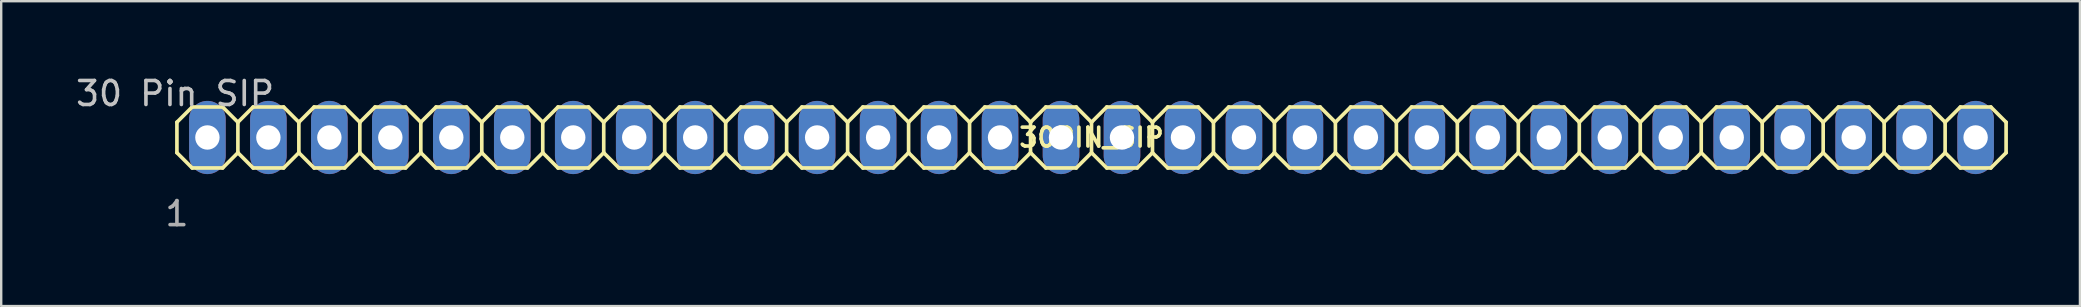
<source format=kicad_pcb>
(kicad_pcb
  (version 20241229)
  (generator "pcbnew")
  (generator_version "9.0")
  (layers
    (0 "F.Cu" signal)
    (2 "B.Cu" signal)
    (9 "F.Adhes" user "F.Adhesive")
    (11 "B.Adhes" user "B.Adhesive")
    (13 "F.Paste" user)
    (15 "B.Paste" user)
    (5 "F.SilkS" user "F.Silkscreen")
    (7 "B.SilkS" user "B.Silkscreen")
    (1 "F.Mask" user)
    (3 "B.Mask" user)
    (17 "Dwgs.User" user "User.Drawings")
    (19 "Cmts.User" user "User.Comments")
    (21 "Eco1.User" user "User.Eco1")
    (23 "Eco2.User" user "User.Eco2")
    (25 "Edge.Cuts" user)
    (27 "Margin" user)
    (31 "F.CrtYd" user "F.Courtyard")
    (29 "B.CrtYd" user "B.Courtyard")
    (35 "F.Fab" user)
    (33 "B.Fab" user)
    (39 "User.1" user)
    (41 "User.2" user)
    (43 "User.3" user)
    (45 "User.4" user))
  (footprint "30PIN_SIP"
    (layer "F.Cu")
    (at 42.42 2.677)
    (property "Reference" "30PIN_SIP" (at 0 0 0) (layer "F.SilkS") (effects (font (size 0.787 0.787) (thickness 0.15))))
    (attr through_hole)
    (fp_line (start -38.1 -0.635) (end -38.1 0.635) (stroke (width 0.152) (type solid)) (layer "F.SilkS"))
    (fp_line (start -38.1 0.635) (end -37.465 1.27) (stroke (width 0.152) (type solid)) (layer "F.SilkS"))
    (fp_line (start -37.465 -1.27) (end -38.1 -0.635) (stroke (width 0.152) (type solid)) (layer "F.SilkS"))
    (fp_line (start -37.465 -1.27) (end -36.195 -1.27) (stroke (width 0.152) (type solid)) (layer "F.SilkS"))
    (fp_line (start -36.195 -1.27) (end -35.56 -0.635) (stroke (width 0.152) (type solid)) (layer "F.SilkS"))
    (fp_line (start -36.195 1.27) (end -37.465 1.27) (stroke (width 0.152) (type solid)) (layer "F.SilkS"))
    (fp_line (start -35.56 -0.635) (end -35.56 0.635) (stroke (width 0.152) (type solid)) (layer "F.SilkS"))
    (fp_line (start -35.56 -0.635) (end -34.925 -1.27) (stroke (width 0.152) (type solid)) (layer "F.SilkS"))
    (fp_line (start -35.56 0.635) (end -36.195 1.27) (stroke (width 0.152) (type solid)) (layer "F.SilkS"))
    (fp_line (start -34.925 -1.27) (end -33.655 -1.27) (stroke (width 0.152) (type solid)) (layer "F.SilkS"))
    (fp_line (start -34.925 1.27) (end -35.56 0.635) (stroke (width 0.152) (type solid)) (layer "F.SilkS"))
    (fp_line (start -33.655 -1.27) (end -33.02 -0.635) (stroke (width 0.152) (type solid)) (layer "F.SilkS"))
    (fp_line (start -33.655 1.27) (end -34.925 1.27) (stroke (width 0.152) (type solid)) (layer "F.SilkS"))
    (fp_line (start -33.02 -0.635) (end -33.02 0.635) (stroke (width 0.152) (type solid)) (layer "F.SilkS"))
    (fp_line (start -33.02 -0.635) (end -32.385 -1.27) (stroke (width 0.152) (type solid)) (layer "F.SilkS"))
    (fp_line (start -33.02 0.635) (end -33.655 1.27) (stroke (width 0.152) (type solid)) (layer "F.SilkS"))
    (fp_line (start -32.385 -1.27) (end -31.115 -1.27) (stroke (width 0.152) (type solid)) (layer "F.SilkS"))
    (fp_line (start -32.385 1.27) (end -33.02 0.635) (stroke (width 0.152) (type solid)) (layer "F.SilkS"))
    (fp_line (start -31.115 -1.27) (end -30.48 -0.635) (stroke (width 0.152) (type solid)) (layer "F.SilkS"))
    (fp_line (start -31.115 1.27) (end -32.385 1.27) (stroke (width 0.152) (type solid)) (layer "F.SilkS"))
    (fp_line (start -30.48 -0.635) (end -30.48 0.635) (stroke (width 0.152) (type solid)) (layer "F.SilkS"))
    (fp_line (start -30.48 0.635) (end -31.115 1.27) (stroke (width 0.152) (type solid)) (layer "F.SilkS"))
    (fp_line (start -30.48 0.635) (end -29.845 1.27) (stroke (width 0.152) (type solid)) (layer "F.SilkS"))
    (fp_line (start -29.845 -1.27) (end -30.48 -0.635) (stroke (width 0.152) (type solid)) (layer "F.SilkS"))
    (fp_line (start -29.845 -1.27) (end -28.575 -1.27) (stroke (width 0.152) (type solid)) (layer "F.SilkS"))
    (fp_line (start -28.575 -1.27) (end -27.94 -0.635) (stroke (width 0.152) (type solid)) (layer "F.SilkS"))
    (fp_line (start -28.575 1.27) (end -29.845 1.27) (stroke (width 0.152) (type solid)) (layer "F.SilkS"))
    (fp_line (start -27.94 -0.635) (end -27.94 0.635) (stroke (width 0.152) (type solid)) (layer "F.SilkS"))
    (fp_line (start -27.94 -0.635) (end -27.305 -1.27) (stroke (width 0.152) (type solid)) (layer "F.SilkS"))
    (fp_line (start -27.94 0.635) (end -28.575 1.27) (stroke (width 0.152) (type solid)) (layer "F.SilkS"))
    (fp_line (start -27.305 -1.27) (end -26.035 -1.27) (stroke (width 0.152) (type solid)) (layer "F.SilkS"))
    (fp_line (start -27.305 1.27) (end -27.94 0.635) (stroke (width 0.152) (type solid)) (layer "F.SilkS"))
    (fp_line (start -26.035 -1.27) (end -25.4 -0.635) (stroke (width 0.152) (type solid)) (layer "F.SilkS"))
    (fp_line (start -26.035 1.27) (end -27.305 1.27) (stroke (width 0.152) (type solid)) (layer "F.SilkS"))
    (fp_line (start -25.4 -0.635) (end -25.4 0.635) (stroke (width 0.152) (type solid)) (layer "F.SilkS"))
    (fp_line (start -25.4 -0.635) (end -24.765 -1.27) (stroke (width 0.152) (type solid)) (layer "F.SilkS"))
    (fp_line (start -25.4 0.635) (end -26.035 1.27) (stroke (width 0.152) (type solid)) (layer "F.SilkS"))
    (fp_line (start -24.765 -1.27) (end -23.495 -1.27) (stroke (width 0.152) (type solid)) (layer "F.SilkS"))
    (fp_line (start -24.765 1.27) (end -25.4 0.635) (stroke (width 0.152) (type solid)) (layer "F.SilkS"))
    (fp_line (start -23.495 -1.27) (end -22.86 -0.635) (stroke (width 0.152) (type solid)) (layer "F.SilkS"))
    (fp_line (start -23.495 1.27) (end -24.765 1.27) (stroke (width 0.152) (type solid)) (layer "F.SilkS"))
    (fp_line (start -22.86 -0.635) (end -22.86 0.635) (stroke (width 0.152) (type solid)) (layer "F.SilkS"))
    (fp_line (start -22.86 0.635) (end -23.495 1.27) (stroke (width 0.152) (type solid)) (layer "F.SilkS"))
    (fp_line (start -22.86 0.635) (end -22.225 1.27) (stroke (width 0.152) (type solid)) (layer "F.SilkS"))
    (fp_line (start -22.225 -1.27) (end -22.86 -0.635) (stroke (width 0.152) (type solid)) (layer "F.SilkS"))
    (fp_line (start -22.225 -1.27) (end -20.955 -1.27) (stroke (width 0.152) (type solid)) (layer "F.SilkS"))
    (fp_line (start -20.955 -1.27) (end -20.32 -0.635) (stroke (width 0.152) (type solid)) (layer "F.SilkS"))
    (fp_line (start -20.955 1.27) (end -22.225 1.27) (stroke (width 0.152) (type solid)) (layer "F.SilkS"))
    (fp_line (start -20.32 -0.635) (end -20.32 0.635) (stroke (width 0.152) (type solid)) (layer "F.SilkS"))
    (fp_line (start -20.32 -0.635) (end -19.685 -1.27) (stroke (width 0.152) (type solid)) (layer "F.SilkS"))
    (fp_line (start -20.32 0.635) (end -20.955 1.27) (stroke (width 0.152) (type solid)) (layer "F.SilkS"))
    (fp_line (start -19.685 -1.27) (end -18.415 -1.27) (stroke (width 0.152) (type solid)) (layer "F.SilkS"))
    (fp_line (start -19.685 1.27) (end -20.32 0.635) (stroke (width 0.152) (type solid)) (layer "F.SilkS"))
    (fp_line (start -18.415 -1.27) (end -17.78 -0.635) (stroke (width 0.152) (type solid)) (layer "F.SilkS"))
    (fp_line (start -18.415 1.27) (end -19.685 1.27) (stroke (width 0.152) (type solid)) (layer "F.SilkS"))
    (fp_line (start -17.78 -0.635) (end -17.78 0.635) (stroke (width 0.152) (type solid)) (layer "F.SilkS"))
    (fp_line (start -17.78 -0.635) (end -17.145 -1.27) (stroke (width 0.152) (type solid)) (layer "F.SilkS"))
    (fp_line (start -17.78 0.635) (end -18.415 1.27) (stroke (width 0.152) (type solid)) (layer "F.SilkS"))
    (fp_line (start -17.145 -1.27) (end -15.875 -1.27) (stroke (width 0.152) (type solid)) (layer "F.SilkS"))
    (fp_line (start -17.145 1.27) (end -17.78 0.635) (stroke (width 0.152) (type solid)) (layer "F.SilkS"))
    (fp_line (start -15.875 -1.27) (end -15.24 -0.635) (stroke (width 0.152) (type solid)) (layer "F.SilkS"))
    (fp_line (start -15.875 1.27) (end -17.145 1.27) (stroke (width 0.152) (type solid)) (layer "F.SilkS"))
    (fp_line (start -15.24 -0.635) (end -15.24 0.635) (stroke (width 0.152) (type solid)) (layer "F.SilkS"))
    (fp_line (start -15.24 0.635) (end -15.875 1.27) (stroke (width 0.152) (type solid)) (layer "F.SilkS"))
    (fp_line (start -15.24 0.635) (end -14.605 1.27) (stroke (width 0.152) (type solid)) (layer "F.SilkS"))
    (fp_line (start -14.605 -1.27) (end -15.24 -0.635) (stroke (width 0.152) (type solid)) (layer "F.SilkS"))
    (fp_line (start -14.605 -1.27) (end -13.335 -1.27) (stroke (width 0.152) (type solid)) (layer "F.SilkS"))
    (fp_line (start -13.335 -1.27) (end -12.7 -0.635) (stroke (width 0.152) (type solid)) (layer "F.SilkS"))
    (fp_line (start -13.335 1.27) (end -14.605 1.27) (stroke (width 0.152) (type solid)) (layer "F.SilkS"))
    (fp_line (start -12.7 -0.635) (end -12.7 0.635) (stroke (width 0.152) (type solid)) (layer "F.SilkS"))
    (fp_line (start -12.7 -0.635) (end -12.065 -1.27) (stroke (width 0.152) (type solid)) (layer "F.SilkS"))
    (fp_line (start -12.7 0.635) (end -13.335 1.27) (stroke (width 0.152) (type solid)) (layer "F.SilkS"))
    (fp_line (start -12.065 -1.27) (end -10.795 -1.27) (stroke (width 0.152) (type solid)) (layer "F.SilkS"))
    (fp_line (start -12.065 1.27) (end -12.7 0.635) (stroke (width 0.152) (type solid)) (layer "F.SilkS"))
    (fp_line (start -10.795 -1.27) (end -10.16 -0.635) (stroke (width 0.152) (type solid)) (layer "F.SilkS"))
    (fp_line (start -10.795 1.27) (end -12.065 1.27) (stroke (width 0.152) (type solid)) (layer "F.SilkS"))
    (fp_line (start -10.16 -0.635) (end -10.16 0.635) (stroke (width 0.152) (type solid)) (layer "F.SilkS"))
    (fp_line (start -10.16 -0.635) (end -9.525 -1.27) (stroke (width 0.152) (type solid)) (layer "F.SilkS"))
    (fp_line (start -10.16 0.635) (end -10.795 1.27) (stroke (width 0.152) (type solid)) (layer "F.SilkS"))
    (fp_line (start -9.525 -1.27) (end -8.255 -1.27) (stroke (width 0.152) (type solid)) (layer "F.SilkS"))
    (fp_line (start -9.525 1.27) (end -10.16 0.635) (stroke (width 0.152) (type solid)) (layer "F.SilkS"))
    (fp_line (start -8.255 -1.27) (end -7.62 -0.635) (stroke (width 0.152) (type solid)) (layer "F.SilkS"))
    (fp_line (start -8.255 1.27) (end -9.525 1.27) (stroke (width 0.152) (type solid)) (layer "F.SilkS"))
    (fp_line (start -7.62 -0.635) (end -7.62 0.635) (stroke (width 0.152) (type solid)) (layer "F.SilkS"))
    (fp_line (start -7.62 0.635) (end -8.255 1.27) (stroke (width 0.152) (type solid)) (layer "F.SilkS"))
    (fp_line (start -7.62 0.635) (end -6.985 1.27) (stroke (width 0.152) (type solid)) (layer "F.SilkS"))
    (fp_line (start -6.985 -1.27) (end -7.62 -0.635) (stroke (width 0.152) (type solid)) (layer "F.SilkS"))
    (fp_line (start -6.985 -1.27) (end -5.715 -1.27) (stroke (width 0.152) (type solid)) (layer "F.SilkS"))
    (fp_line (start -5.715 -1.27) (end -5.08 -0.635) (stroke (width 0.152) (type solid)) (layer "F.SilkS"))
    (fp_line (start -5.715 1.27) (end -6.985 1.27) (stroke (width 0.152) (type solid)) (layer "F.SilkS"))
    (fp_line (start -5.08 -0.635) (end -5.08 0.635) (stroke (width 0.152) (type solid)) (layer "F.SilkS"))
    (fp_line (start -5.08 -0.635) (end -4.445 -1.27) (stroke (width 0.152) (type solid)) (layer "F.SilkS"))
    (fp_line (start -5.08 0.635) (end -5.715 1.27) (stroke (width 0.152) (type solid)) (layer "F.SilkS"))
    (fp_line (start -4.445 -1.27) (end -3.175 -1.27) (stroke (width 0.152) (type solid)) (layer "F.SilkS"))
    (fp_line (start -4.445 1.27) (end -5.08 0.635) (stroke (width 0.152) (type solid)) (layer "F.SilkS"))
    (fp_line (start -3.175 -1.27) (end -2.54 -0.635) (stroke (width 0.152) (type solid)) (layer "F.SilkS"))
    (fp_line (start -3.175 1.27) (end -4.445 1.27) (stroke (width 0.152) (type solid)) (layer "F.SilkS"))
    (fp_line (start -2.54 -0.635) (end -2.54 0.635) (stroke (width 0.152) (type solid)) (layer "F.SilkS"))
    (fp_line (start -2.54 -0.635) (end -1.905 -1.27) (stroke (width 0.152) (type solid)) (layer "F.SilkS"))
    (fp_line (start -2.54 0.635) (end -3.175 1.27) (stroke (width 0.152) (type solid)) (layer "F.SilkS"))
    (fp_line (start -1.905 -1.27) (end -0.635 -1.27) (stroke (width 0.152) (type solid)) (layer "F.SilkS"))
    (fp_line (start -1.905 1.27) (end -2.54 0.635) (stroke (width 0.152) (type solid)) (layer "F.SilkS"))
    (fp_line (start -0.635 -1.27) (end 0 -0.635) (stroke (width 0.152) (type solid)) (layer "F.SilkS"))
    (fp_line (start -0.635 1.27) (end -1.905 1.27) (stroke (width 0.152) (type solid)) (layer "F.SilkS"))
    (fp_line (start 0 -0.635) (end 0 0.635) (stroke (width 0.152) (type solid)) (layer "F.SilkS"))
    (fp_line (start 0 0.635) (end -0.635 1.27) (stroke (width 0.152) (type solid)) (layer "F.SilkS"))
    (fp_line (start 0 0.635) (end 0.635 1.27) (stroke (width 0.152) (type solid)) (layer "F.SilkS"))
    (fp_line (start 0.635 -1.27) (end 0 -0.635) (stroke (width 0.152) (type solid)) (layer "F.SilkS"))
    (fp_line (start 0.635 -1.27) (end 1.905 -1.27) (stroke (width 0.152) (type solid)) (layer "F.SilkS"))
    (fp_line (start 1.905 -1.27) (end 2.54 -0.635) (stroke (width 0.152) (type solid)) (layer "F.SilkS"))
    (fp_line (start 1.905 1.27) (end 0.635 1.27) (stroke (width 0.152) (type solid)) (layer "F.SilkS"))
    (fp_line (start 2.54 -0.635) (end 2.54 0.635) (stroke (width 0.152) (type solid)) (layer "F.SilkS"))
    (fp_line (start 2.54 -0.635) (end 3.175 -1.27) (stroke (width 0.152) (type solid)) (layer "F.SilkS"))
    (fp_line (start 2.54 0.635) (end 1.905 1.27) (stroke (width 0.152) (type solid)) (layer "F.SilkS"))
    (fp_line (start 3.175 -1.27) (end 4.445 -1.27) (stroke (width 0.152) (type solid)) (layer "F.SilkS"))
    (fp_line (start 3.175 1.27) (end 2.54 0.635) (stroke (width 0.152) (type solid)) (layer "F.SilkS"))
    (fp_line (start 4.445 -1.27) (end 5.08 -0.635) (stroke (width 0.152) (type solid)) (layer "F.SilkS"))
    (fp_line (start 4.445 1.27) (end 3.175 1.27) (stroke (width 0.152) (type solid)) (layer "F.SilkS"))
    (fp_line (start 5.08 -0.635) (end 5.08 0.635) (stroke (width 0.152) (type solid)) (layer "F.SilkS"))
    (fp_line (start 5.08 -0.635) (end 5.715 -1.27) (stroke (width 0.152) (type solid)) (layer "F.SilkS"))
    (fp_line (start 5.08 0.635) (end 4.445 1.27) (stroke (width 0.152) (type solid)) (layer "F.SilkS"))
    (fp_line (start 5.715 -1.27) (end 6.985 -1.27) (stroke (width 0.152) (type solid)) (layer "F.SilkS"))
    (fp_line (start 5.715 1.27) (end 5.08 0.635) (stroke (width 0.152) (type solid)) (layer "F.SilkS"))
    (fp_line (start 6.985 -1.27) (end 7.62 -0.635) (stroke (width 0.152) (type solid)) (layer "F.SilkS"))
    (fp_line (start 6.985 1.27) (end 5.715 1.27) (stroke (width 0.152) (type solid)) (layer "F.SilkS"))
    (fp_line (start 7.62 -0.635) (end 7.62 0.635) (stroke (width 0.152) (type solid)) (layer "F.SilkS"))
    (fp_line (start 7.62 0.635) (end 6.985 1.27) (stroke (width 0.152) (type solid)) (layer "F.SilkS"))
    (fp_line (start 7.62 0.635) (end 8.255 1.27) (stroke (width 0.152) (type solid)) (layer "F.SilkS"))
    (fp_line (start 8.255 -1.27) (end 7.62 -0.635) (stroke (width 0.152) (type solid)) (layer "F.SilkS"))
    (fp_line (start 8.255 -1.27) (end 9.525 -1.27) (stroke (width 0.152) (type solid)) (layer "F.SilkS"))
    (fp_line (start 9.525 -1.27) (end 10.16 -0.635) (stroke (width 0.152) (type solid)) (layer "F.SilkS"))
    (fp_line (start 9.525 1.27) (end 8.255 1.27) (stroke (width 0.152) (type solid)) (layer "F.SilkS"))
    (fp_line (start 10.16 -0.635) (end 10.16 0.635) (stroke (width 0.152) (type solid)) (layer "F.SilkS"))
    (fp_line (start 10.16 0.635) (end 9.525 1.27) (stroke (width 0.152) (type solid)) (layer "F.SilkS"))
    (fp_line (start 10.16 0.635) (end 10.795 1.27) (stroke (width 0.152) (type solid)) (layer "F.SilkS"))
    (fp_line (start 10.795 -1.27) (end 10.16 -0.635) (stroke (width 0.152) (type solid)) (layer "F.SilkS"))
    (fp_line (start 10.795 -1.27) (end 12.065 -1.27) (stroke (width 0.152) (type solid)) (layer "F.SilkS"))
    (fp_line (start 12.065 -1.27) (end 12.7 -0.635) (stroke (width 0.152) (type solid)) (layer "F.SilkS"))
    (fp_line (start 12.065 1.27) (end 10.795 1.27) (stroke (width 0.152) (type solid)) (layer "F.SilkS"))
    (fp_line (start 12.7 -0.635) (end 12.7 0.635) (stroke (width 0.152) (type solid)) (layer "F.SilkS"))
    (fp_line (start 12.7 0.635) (end 12.065 1.27) (stroke (width 0.152) (type solid)) (layer "F.SilkS"))
    (fp_line (start 12.7 0.635) (end 13.335 1.27) (stroke (width 0.152) (type solid)) (layer "F.SilkS"))
    (fp_line (start 13.335 -1.27) (end 12.7 -0.635) (stroke (width 0.152) (type solid)) (layer "F.SilkS"))
    (fp_line (start 13.335 -1.27) (end 14.605 -1.27) (stroke (width 0.152) (type solid)) (layer "F.SilkS"))
    (fp_line (start 14.605 -1.27) (end 15.24 -0.635) (stroke (width 0.152) (type solid)) (layer "F.SilkS"))
    (fp_line (start 14.605 1.27) (end 13.335 1.27) (stroke (width 0.152) (type solid)) (layer "F.SilkS"))
    (fp_line (start 15.24 -0.635) (end 15.24 0.635) (stroke (width 0.152) (type solid)) (layer "F.SilkS"))
    (fp_line (start 15.24 0.635) (end 14.605 1.27) (stroke (width 0.152) (type solid)) (layer "F.SilkS"))
    (fp_line (start 15.24 0.635) (end 15.875 1.27) (stroke (width 0.152) (type solid)) (layer "F.SilkS"))
    (fp_line (start 15.875 -1.27) (end 15.24 -0.635) (stroke (width 0.152) (type solid)) (layer "F.SilkS"))
    (fp_line (start 15.875 -1.27) (end 17.145 -1.27) (stroke (width 0.152) (type solid)) (layer "F.SilkS"))
    (fp_line (start 17.145 -1.27) (end 17.78 -0.635) (stroke (width 0.152) (type solid)) (layer "F.SilkS"))
    (fp_line (start 17.145 1.27) (end 15.875 1.27) (stroke (width 0.152) (type solid)) (layer "F.SilkS"))
    (fp_line (start 17.78 -0.635) (end 17.78 0.635) (stroke (width 0.152) (type solid)) (layer "F.SilkS"))
    (fp_line (start 17.78 0.635) (end 17.145 1.27) (stroke (width 0.152) (type solid)) (layer "F.SilkS"))
    (fp_line (start 17.78 0.635) (end 18.415 1.27) (stroke (width 0.152) (type solid)) (layer "F.SilkS"))
    (fp_line (start 18.415 -1.27) (end 17.78 -0.635) (stroke (width 0.152) (type solid)) (layer "F.SilkS"))
    (fp_line (start 18.415 -1.27) (end 19.685 -1.27) (stroke (width 0.152) (type solid)) (layer "F.SilkS"))
    (fp_line (start 19.685 -1.27) (end 20.32 -0.635) (stroke (width 0.152) (type solid)) (layer "F.SilkS"))
    (fp_line (start 19.685 1.27) (end 18.415 1.27) (stroke (width 0.152) (type solid)) (layer "F.SilkS"))
    (fp_line (start 20.32 -0.635) (end 20.32 0.635) (stroke (width 0.152) (type solid)) (layer "F.SilkS"))
    (fp_line (start 20.32 0.635) (end 19.685 1.27) (stroke (width 0.152) (type solid)) (layer "F.SilkS"))
    (fp_line (start 20.32 0.635) (end 20.955 1.27) (stroke (width 0.152) (type solid)) (layer "F.SilkS"))
    (fp_line (start 20.955 -1.27) (end 20.32 -0.635) (stroke (width 0.152) (type solid)) (layer "F.SilkS"))
    (fp_line (start 20.955 -1.27) (end 22.225 -1.27) (stroke (width 0.152) (type solid)) (layer "F.SilkS"))
    (fp_line (start 22.225 -1.27) (end 22.86 -0.635) (stroke (width 0.152) (type solid)) (layer "F.SilkS"))
    (fp_line (start 22.225 1.27) (end 20.955 1.27) (stroke (width 0.152) (type solid)) (layer "F.SilkS"))
    (fp_line (start 22.86 -0.635) (end 22.86 0.635) (stroke (width 0.152) (type solid)) (layer "F.SilkS"))
    (fp_line (start 22.86 0.635) (end 22.225 1.27) (stroke (width 0.152) (type solid)) (layer "F.SilkS"))
    (fp_line (start 22.86 0.635) (end 23.495 1.27) (stroke (width 0.152) (type solid)) (layer "F.SilkS"))
    (fp_line (start 23.495 -1.27) (end 22.86 -0.635) (stroke (width 0.152) (type solid)) (layer "F.SilkS"))
    (fp_line (start 23.495 -1.27) (end 24.765 -1.27) (stroke (width 0.152) (type solid)) (layer "F.SilkS"))
    (fp_line (start 24.765 -1.27) (end 25.4 -0.635) (stroke (width 0.152) (type solid)) (layer "F.SilkS"))
    (fp_line (start 24.765 1.27) (end 23.495 1.27) (stroke (width 0.152) (type solid)) (layer "F.SilkS"))
    (fp_line (start 25.4 -0.635) (end 25.4 0.635) (stroke (width 0.152) (type solid)) (layer "F.SilkS"))
    (fp_line (start 25.4 0.635) (end 24.765 1.27) (stroke (width 0.152) (type solid)) (layer "F.SilkS"))
    (fp_line (start 25.4 0.635) (end 26.035 1.27) (stroke (width 0.152) (type solid)) (layer "F.SilkS"))
    (fp_line (start 26.035 -1.27) (end 25.4 -0.635) (stroke (width 0.152) (type solid)) (layer "F.SilkS"))
    (fp_line (start 26.035 -1.27) (end 27.305 -1.27) (stroke (width 0.152) (type solid)) (layer "F.SilkS"))
    (fp_line (start 27.305 -1.27) (end 27.94 -0.635) (stroke (width 0.152) (type solid)) (layer "F.SilkS"))
    (fp_line (start 27.305 1.27) (end 26.035 1.27) (stroke (width 0.152) (type solid)) (layer "F.SilkS"))
    (fp_line (start 27.94 -0.635) (end 27.94 0.635) (stroke (width 0.152) (type solid)) (layer "F.SilkS"))
    (fp_line (start 27.94 0.635) (end 27.305 1.27) (stroke (width 0.152) (type solid)) (layer "F.SilkS"))
    (fp_line (start 27.94 0.635) (end 28.575 1.27) (stroke (width 0.152) (type solid)) (layer "F.SilkS"))
    (fp_line (start 28.575 -1.27) (end 27.94 -0.635) (stroke (width 0.152) (type solid)) (layer "F.SilkS"))
    (fp_line (start 28.575 -1.27) (end 29.845 -1.27) (stroke (width 0.152) (type solid)) (layer "F.SilkS"))
    (fp_line (start 29.845 -1.27) (end 30.48 -0.635) (stroke (width 0.152) (type solid)) (layer "F.SilkS"))
    (fp_line (start 29.845 1.27) (end 28.575 1.27) (stroke (width 0.152) (type solid)) (layer "F.SilkS"))
    (fp_line (start 30.48 -0.635) (end 30.48 0.635) (stroke (width 0.152) (type solid)) (layer "F.SilkS"))
    (fp_line (start 30.48 0.635) (end 29.845 1.27) (stroke (width 0.152) (type solid)) (layer "F.SilkS"))
    (fp_line (start 30.48 0.635) (end 31.115 1.27) (stroke (width 0.152) (type solid)) (layer "F.SilkS"))
    (fp_line (start 31.115 -1.27) (end 30.48 -0.635) (stroke (width 0.152) (type solid)) (layer "F.SilkS"))
    (fp_line (start 31.115 -1.27) (end 32.385 -1.27) (stroke (width 0.152) (type solid)) (layer "F.SilkS"))
    (fp_line (start 32.385 -1.27) (end 33.02 -0.635) (stroke (width 0.152) (type solid)) (layer "F.SilkS"))
    (fp_line (start 32.385 1.27) (end 31.115 1.27) (stroke (width 0.152) (type solid)) (layer "F.SilkS"))
    (fp_line (start 33.02 -0.635) (end 33.02 0.635) (stroke (width 0.152) (type solid)) (layer "F.SilkS"))
    (fp_line (start 33.02 0.635) (end 32.385 1.27) (stroke (width 0.152) (type solid)) (layer "F.SilkS"))
    (fp_line (start 33.02 0.635) (end 33.655 1.27) (stroke (width 0.152) (type solid)) (layer "F.SilkS"))
    (fp_line (start 33.655 -1.27) (end 33.02 -0.635) (stroke (width 0.152) (type solid)) (layer "F.SilkS"))
    (fp_line (start 33.655 -1.27) (end 34.925 -1.27) (stroke (width 0.152) (type solid)) (layer "F.SilkS"))
    (fp_line (start 34.925 -1.27) (end 35.56 -0.635) (stroke (width 0.152) (type solid)) (layer "F.SilkS"))
    (fp_line (start 34.925 1.27) (end 33.655 1.27) (stroke (width 0.152) (type solid)) (layer "F.SilkS"))
    (fp_line (start 35.56 -0.635) (end 35.56 0.635) (stroke (width 0.152) (type solid)) (layer "F.SilkS"))
    (fp_line (start 35.56 0.635) (end 34.925 1.27) (stroke (width 0.152) (type solid)) (layer "F.SilkS"))
    (fp_line (start 35.56 0.635) (end 36.195 1.27) (stroke (width 0.152) (type solid)) (layer "F.SilkS"))
    (fp_line (start 36.195 -1.27) (end 35.56 -0.635) (stroke (width 0.152) (type solid)) (layer "F.SilkS"))
    (fp_line (start 36.195 -1.27) (end 37.465 -1.27) (stroke (width 0.152) (type solid)) (layer "F.SilkS"))
    (fp_line (start 37.465 -1.27) (end 38.1 -0.635) (stroke (width 0.152) (type solid)) (layer "F.SilkS"))
    (fp_line (start 37.465 1.27) (end 36.195 1.27) (stroke (width 0.152) (type solid)) (layer "F.SilkS"))
    (fp_line (start 38.1 -0.635) (end 38.1 0.635) (stroke (width 0.152) (type solid)) (layer "F.SilkS"))
    (fp_line (start 38.1 0.635) (end 37.465 1.27) (stroke (width 0.152) (type solid)) (layer "F.SilkS"))
    (fp_poly (pts (xy -37.084 -0.254) (xy -36.576 -0.254) (xy -36.576 0.254) (xy -37.084 0.254)) (stroke (width 0.01) (type solid)) (fill no) (layer "F.Fab"))
    (fp_poly (pts (xy -34.544 -0.254) (xy -34.036 -0.254) (xy -34.036 0.254) (xy -34.544 0.254)) (stroke (width 0.01) (type solid)) (fill no) (layer "F.Fab"))
    (fp_poly (pts (xy -32.004 -0.254) (xy -31.496 -0.254) (xy -31.496 0.254) (xy -32.004 0.254)) (stroke (width 0.01) (type solid)) (fill no) (layer "F.Fab"))
    (fp_poly (pts (xy -29.464 -0.254) (xy -28.956 -0.254) (xy -28.956 0.254) (xy -29.464 0.254)) (stroke (width 0.01) (type solid)) (fill no) (layer "F.Fab"))
    (fp_poly (pts (xy -26.924 -0.254) (xy -26.416 -0.254) (xy -26.416 0.254) (xy -26.924 0.254)) (stroke (width 0.01) (type solid)) (fill no) (layer "F.Fab"))
    (fp_poly (pts (xy -24.384 -0.254) (xy -23.876 -0.254) (xy -23.876 0.254) (xy -24.384 0.254)) (stroke (width 0.01) (type solid)) (fill no) (layer "F.Fab"))
    (fp_poly (pts (xy -21.844 -0.254) (xy -21.336 -0.254) (xy -21.336 0.254) (xy -21.844 0.254)) (stroke (width 0.01) (type solid)) (fill no) (layer "F.Fab"))
    (fp_poly (pts (xy -19.304 -0.254) (xy -18.796 -0.254) (xy -18.796 0.254) (xy -19.304 0.254)) (stroke (width 0.01) (type solid)) (fill no) (layer "F.Fab"))
    (fp_poly (pts (xy -16.764 -0.254) (xy -16.256 -0.254) (xy -16.256 0.254) (xy -16.764 0.254)) (stroke (width 0.01) (type solid)) (fill no) (layer "F.Fab"))
    (fp_poly (pts (xy -14.224 -0.254) (xy -13.716 -0.254) (xy -13.716 0.254) (xy -14.224 0.254)) (stroke (width 0.01) (type solid)) (fill no) (layer "F.Fab"))
    (fp_poly (pts (xy -11.684 -0.254) (xy -11.176 -0.254) (xy -11.176 0.254) (xy -11.684 0.254)) (stroke (width 0.01) (type solid)) (fill no) (layer "F.Fab"))
    (fp_poly (pts (xy -9.144 -0.254) (xy -8.636 -0.254) (xy -8.636 0.254) (xy -9.144 0.254)) (stroke (width 0.01) (type solid)) (fill no) (layer "F.Fab"))
    (fp_poly (pts (xy -6.604 -0.254) (xy -6.096 -0.254) (xy -6.096 0.254) (xy -6.604 0.254)) (stroke (width 0.01) (type solid)) (fill no) (layer "F.Fab"))
    (fp_poly (pts (xy -4.064 -0.254) (xy -3.556 -0.254) (xy -3.556 0.254) (xy -4.064 0.254)) (stroke (width 0.01) (type solid)) (fill no) (layer "F.Fab"))
    (fp_poly (pts (xy -1.524 -0.254) (xy -1.016 -0.254) (xy -1.016 0.254) (xy -1.524 0.254)) (stroke (width 0.01) (type solid)) (fill no) (layer "F.Fab"))
    (fp_poly (pts (xy 1.016 -0.254) (xy 1.524 -0.254) (xy 1.524 0.254) (xy 1.016 0.254)) (stroke (width 0.01) (type solid)) (fill no) (layer "F.Fab"))
    (fp_poly (pts (xy 3.556 -0.254) (xy 4.064 -0.254) (xy 4.064 0.254) (xy 3.556 0.254)) (stroke (width 0.01) (type solid)) (fill no) (layer "F.Fab"))
    (fp_poly (pts (xy 6.096 -0.254) (xy 6.604 -0.254) (xy 6.604 0.254) (xy 6.096 0.254)) (stroke (width 0.01) (type solid)) (fill no) (layer "F.Fab"))
    (fp_poly (pts (xy 8.636 -0.254) (xy 9.144 -0.254) (xy 9.144 0.254) (xy 8.636 0.254)) (stroke (width 0.01) (type solid)) (fill no) (layer "F.Fab"))
    (fp_poly (pts (xy 11.176 -0.254) (xy 11.684 -0.254) (xy 11.684 0.254) (xy 11.176 0.254)) (stroke (width 0.01) (type solid)) (fill no) (layer "F.Fab"))
    (fp_poly (pts (xy 13.716 -0.254) (xy 14.224 -0.254) (xy 14.224 0.254) (xy 13.716 0.254)) (stroke (width 0.01) (type solid)) (fill no) (layer "F.Fab"))
    (fp_poly (pts (xy 16.256 -0.254) (xy 16.764 -0.254) (xy 16.764 0.254) (xy 16.256 0.254)) (stroke (width 0.01) (type solid)) (fill no) (layer "F.Fab"))
    (fp_poly (pts (xy 18.796 -0.254) (xy 19.304 -0.254) (xy 19.304 0.254) (xy 18.796 0.254)) (stroke (width 0.01) (type solid)) (fill no) (layer "F.Fab"))
    (fp_poly (pts (xy 21.336 -0.254) (xy 21.844 -0.254) (xy 21.844 0.254) (xy 21.336 0.254)) (stroke (width 0.01) (type solid)) (fill no) (layer "F.Fab"))
    (fp_poly (pts (xy 23.876 -0.254) (xy 24.384 -0.254) (xy 24.384 0.254) (xy 23.876 0.254)) (stroke (width 0.01) (type solid)) (fill no) (layer "F.Fab"))
    (fp_poly (pts (xy 26.416 -0.254) (xy 26.924 -0.254) (xy 26.924 0.254) (xy 26.416 0.254)) (stroke (width 0.01) (type solid)) (fill no) (layer "F.Fab"))
    (fp_poly (pts (xy 28.956 -0.254) (xy 29.464 -0.254) (xy 29.464 0.254) (xy 28.956 0.254)) (stroke (width 0.01) (type solid)) (fill no) (layer "F.Fab"))
    (fp_poly (pts (xy 31.496 -0.254) (xy 32.004 -0.254) (xy 32.004 0.254) (xy 31.496 0.254)) (stroke (width 0.01) (type solid)) (fill no) (layer "F.Fab"))
    (fp_poly (pts (xy 34.036 -0.254) (xy 34.544 -0.254) (xy 34.544 0.254) (xy 34.036 0.254)) (stroke (width 0.01) (type solid)) (fill no) (layer "F.Fab"))
    (fp_poly (pts (xy 36.576 -0.254) (xy 37.084 -0.254) (xy 37.084 0.254) (xy 36.576 0.254)) (stroke (width 0.01) (type solid)) (fill no) (layer "F.Fab"))
    (fp_text user "30 Pin SIP" (at -38.176 -1.829 0) (layer "Dwgs.User") (effects (font (size 1 1) (thickness 0.15))))
    (fp_text user "1" (at -38.1 3.175 0) (layer "F.Fab") (effects (font (size 1 1) (thickness 0.15))))
    (pad "1" thru_hole oval (at -36.83 0) (size 1.524 3.048) (drill 1.016) (layers "*.Cu" "*.Mask"))
    (pad "2" thru_hole oval (at -34.29 0) (size 1.524 3.048) (drill 1.016) (layers "*.Cu" "*.Mask"))
    (pad "3" thru_hole oval (at -31.75 0) (size 1.524 3.048) (drill 1.016) (layers "*.Cu" "*.Mask"))
    (pad "4" thru_hole oval (at -29.21 0) (size 1.524 3.048) (drill 1.016) (layers "*.Cu" "*.Mask"))
    (pad "5" thru_hole oval (at -26.67 0) (size 1.524 3.048) (drill 1.016) (layers "*.Cu" "*.Mask"))
    (pad "6" thru_hole oval (at -24.13 0) (size 1.524 3.048) (drill 1.016) (layers "*.Cu" "*.Mask"))
    (pad "7" thru_hole oval (at -21.59 0) (size 1.524 3.048) (drill 1.016) (layers "*.Cu" "*.Mask"))
    (pad "8" thru_hole oval (at -19.05 0) (size 1.524 3.048) (drill 1.016) (layers "*.Cu" "*.Mask"))
    (pad "9" thru_hole oval (at -16.51 0) (size 1.524 3.048) (drill 1.016) (layers "*.Cu" "*.Mask"))
    (pad "10" thru_hole oval (at -13.97 0) (size 1.524 3.048) (drill 1.016) (layers "*.Cu" "*.Mask"))
    (pad "11" thru_hole oval (at -11.43 0) (size 1.524 3.048) (drill 1.016) (layers "*.Cu" "*.Mask"))
    (pad "12" thru_hole oval (at -8.89 0) (size 1.524 3.048) (drill 1.016) (layers "*.Cu" "*.Mask"))
    (pad "13" thru_hole oval (at -6.35 0) (size 1.524 3.048) (drill 1.016) (layers "*.Cu" "*.Mask"))
    (pad "14" thru_hole oval (at -3.81 0) (size 1.524 3.048) (drill 1.016) (layers "*.Cu" "*.Mask"))
    (pad "15" thru_hole oval (at -1.27 0) (size 1.524 3.048) (drill 1.016) (layers "*.Cu" "*.Mask"))
    (pad "16" thru_hole oval (at 1.27 0) (size 1.524 3.048) (drill 1.016) (layers "*.Cu" "*.Mask"))
    (pad "17" thru_hole oval (at 3.81 0) (size 1.524 3.048) (drill 1.016) (layers "*.Cu" "*.Mask"))
    (pad "18" thru_hole oval (at 6.35 0) (size 1.524 3.048) (drill 1.016) (layers "*.Cu" "*.Mask"))
    (pad "19" thru_hole oval (at 8.89 0) (size 1.524 3.048) (drill 1.016) (layers "*.Cu" "*.Mask"))
    (pad "20" thru_hole oval (at 11.43 0) (size 1.524 3.048) (drill 1.016) (layers "*.Cu" "*.Mask"))
    (pad "21" thru_hole oval (at 13.97 0) (size 1.524 3.048) (drill 1.016) (layers "*.Cu" "*.Mask"))
    (pad "22" thru_hole oval (at 16.51 0) (size 1.524 3.048) (drill 1.016) (layers "*.Cu" "*.Mask"))
    (pad "23" thru_hole oval (at 19.05 0) (size 1.524 3.048) (drill 1.016) (layers "*.Cu" "*.Mask"))
    (pad "24" thru_hole oval (at 21.59 0) (size 1.524 3.048) (drill 1.016) (layers "*.Cu" "*.Mask"))
    (pad "25" thru_hole oval (at 24.13 0) (size 1.524 3.048) (drill 1.016) (layers "*.Cu" "*.Mask"))
    (pad "26" thru_hole oval (at 26.67 0) (size 1.524 3.048) (drill 1.016) (layers "*.Cu" "*.Mask"))
    (pad "27" thru_hole oval (at 29.21 0) (size 1.524 3.048) (drill 1.016) (layers "*.Cu" "*.Mask"))
    (pad "28" thru_hole oval (at 31.75 0) (size 1.524 3.048) (drill 1.016) (layers "*.Cu" "*.Mask"))
    (pad "29" thru_hole oval (at 34.29 0) (size 1.524 3.048) (drill 1.016) (layers "*.Cu" "*.Mask"))
    (pad "30" thru_hole oval (at 36.83 0) (size 1.524 3.048) (drill 1.016) (layers "*.Cu" "*.Mask")))
  (gr_rect
    (start -3 -3)
    (end 83.596 9.7)
    (stroke (width 0.1) (type default))
    (fill no)
    (layer "Edge.Cuts")))
</source>
